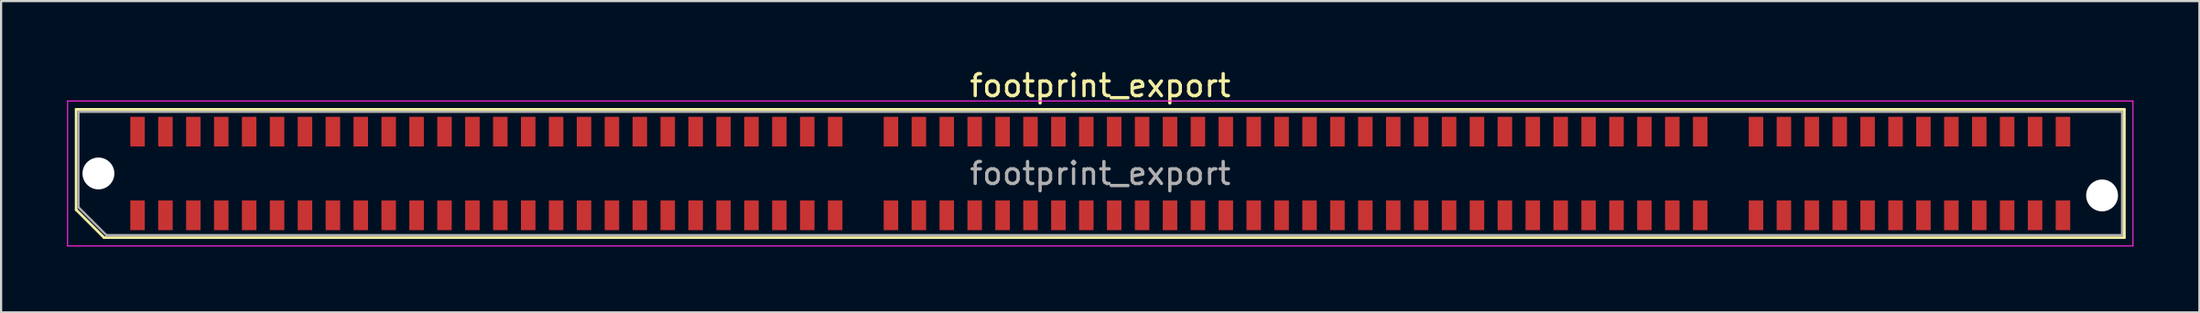
<source format=kicad_pcb>
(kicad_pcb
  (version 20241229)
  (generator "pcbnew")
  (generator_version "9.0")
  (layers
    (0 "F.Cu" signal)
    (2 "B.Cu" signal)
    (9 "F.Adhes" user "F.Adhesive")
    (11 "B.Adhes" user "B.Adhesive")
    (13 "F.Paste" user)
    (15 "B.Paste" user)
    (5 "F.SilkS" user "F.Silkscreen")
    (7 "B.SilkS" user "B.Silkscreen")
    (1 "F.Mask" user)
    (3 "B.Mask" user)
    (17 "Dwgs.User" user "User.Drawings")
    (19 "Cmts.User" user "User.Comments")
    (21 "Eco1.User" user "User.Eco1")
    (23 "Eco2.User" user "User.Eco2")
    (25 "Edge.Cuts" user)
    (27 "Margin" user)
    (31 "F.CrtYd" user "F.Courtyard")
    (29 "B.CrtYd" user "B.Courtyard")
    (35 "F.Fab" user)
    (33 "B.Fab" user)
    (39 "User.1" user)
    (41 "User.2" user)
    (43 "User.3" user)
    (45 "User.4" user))
  (footprint "footprint_export"
    (layer "F.Cu")
    (at 47.025 4.848)
    (property "Reference" "footprint_export" (at 0 -4 0) (layer "F.SilkS") (effects (font (size 1 1) (thickness 0.15))))
    (attr smd)
    (fp_line (start -46.61 -2.92) (end 46.61 -2.92) (stroke (width 0.12) (type solid)) (layer "F.SilkS"))
    (fp_line (start -46.61 1.65) (end -46.61 -2.92) (stroke (width 0.12) (type solid)) (layer "F.SilkS"))
    (fp_line (start -45.34 2.92) (end -46.61 1.65) (stroke (width 0.12) (type solid)) (layer "F.SilkS"))
    (fp_line (start -45.34 2.92) (end 46.61 2.92) (stroke (width 0.12) (type solid)) (layer "F.SilkS"))
    (fp_line (start 46.61 2.92) (end 46.61 -2.92) (stroke (width 0.12) (type solid)) (layer "F.SilkS"))
    (fp_line (start -47 -3.3) (end -47 3.3) (stroke (width 0.05) (type solid)) (layer "F.CrtYd"))
    (fp_line (start -47 3.3) (end 47 3.3) (stroke (width 0.05) (type solid)) (layer "F.CrtYd"))
    (fp_line (start 47 -3.3) (end -47 -3.3) (stroke (width 0.05) (type solid)) (layer "F.CrtYd"))
    (fp_line (start 47 3.3) (end 47 -3.3) (stroke (width 0.05) (type solid)) (layer "F.CrtYd"))
    (fp_line (start -46.505 -2.805) (end 46.505 -2.805) (stroke (width 0.1) (type solid)) (layer "F.Fab"))
    (fp_line (start -46.505 1.535) (end -46.505 -2.805) (stroke (width 0.1) (type solid)) (layer "F.Fab"))
    (fp_line (start -46.505 1.535) (end -45.235 2.805) (stroke (width 0.1) (type solid)) (layer "F.Fab"))
    (fp_line (start -45.235 2.805) (end 46.505 2.805) (stroke (width 0.1) (type solid)) (layer "F.Fab"))
    (fp_line (start 46.505 2.805) (end 46.505 -2.805) (stroke (width 0.1) (type solid)) (layer "F.Fab"))
    (fp_text user "${REFERENCE}" (at 0 0 0) (layer "F.Fab") (effects (font (size 1 1) (thickness 0.15))))
    (pad "" np_thru_hole circle (at -45.595 0) (size 1.45 1.45) (drill 1.45) (layers "*.Cu" "*.Mask"))
    (pad "" np_thru_hole circle (at 45.595 1) (size 1.45 1.45) (drill 1.45) (layers "*.Cu" "*.Mask"))
    (pad "1" smd rect (at -43.815 1.905) (size 0.66 1.35) (layers "F.Cu" "F.Mask" "F.Paste"))
    (pad "2" smd rect (at -43.815 -1.905) (size 0.66 1.35) (layers "F.Cu" "F.Mask" "F.Paste"))
    (pad "3" smd rect (at -42.545 1.905) (size 0.66 1.35) (layers "F.Cu" "F.Mask" "F.Paste"))
    (pad "4" smd rect (at -42.545 -1.905) (size 0.66 1.35) (layers "F.Cu" "F.Mask" "F.Paste"))
    (pad "5" smd rect (at -41.275 1.905) (size 0.66 1.35) (layers "F.Cu" "F.Mask" "F.Paste"))
    (pad "6" smd rect (at -41.275 -1.905) (size 0.66 1.35) (layers "F.Cu" "F.Mask" "F.Paste"))
    (pad "7" smd rect (at -40.005 1.905) (size 0.66 1.35) (layers "F.Cu" "F.Mask" "F.Paste"))
    (pad "8" smd rect (at -40.005 -1.905) (size 0.66 1.35) (layers "F.Cu" "F.Mask" "F.Paste"))
    (pad "9" smd rect (at -38.735 1.905) (size 0.66 1.35) (layers "F.Cu" "F.Mask" "F.Paste"))
    (pad "10" smd rect (at -38.735 -1.905) (size 0.66 1.35) (layers "F.Cu" "F.Mask" "F.Paste"))
    (pad "11" smd rect (at -37.465 1.905) (size 0.66 1.35) (layers "F.Cu" "F.Mask" "F.Paste"))
    (pad "12" smd rect (at -37.465 -1.905) (size 0.66 1.35) (layers "F.Cu" "F.Mask" "F.Paste"))
    (pad "13" smd rect (at -36.195 1.905) (size 0.66 1.35) (layers "F.Cu" "F.Mask" "F.Paste"))
    (pad "14" smd rect (at -36.195 -1.905) (size 0.66 1.35) (layers "F.Cu" "F.Mask" "F.Paste"))
    (pad "15" smd rect (at -34.925 1.905) (size 0.66 1.35) (layers "F.Cu" "F.Mask" "F.Paste"))
    (pad "16" smd rect (at -34.925 -1.905) (size 0.66 1.35) (layers "F.Cu" "F.Mask" "F.Paste"))
    (pad "17" smd rect (at -33.655 1.905) (size 0.66 1.35) (layers "F.Cu" "F.Mask" "F.Paste"))
    (pad "18" smd rect (at -33.655 -1.905) (size 0.66 1.35) (layers "F.Cu" "F.Mask" "F.Paste"))
    (pad "19" smd rect (at -32.385 1.905) (size 0.66 1.35) (layers "F.Cu" "F.Mask" "F.Paste"))
    (pad "20" smd rect (at -32.385 -1.905) (size 0.66 1.35) (layers "F.Cu" "F.Mask" "F.Paste"))
    (pad "21" smd rect (at -31.115 1.905) (size 0.66 1.35) (layers "F.Cu" "F.Mask" "F.Paste"))
    (pad "22" smd rect (at -31.115 -1.905) (size 0.66 1.35) (layers "F.Cu" "F.Mask" "F.Paste"))
    (pad "23" smd rect (at -29.845 1.905) (size 0.66 1.35) (layers "F.Cu" "F.Mask" "F.Paste"))
    (pad "24" smd rect (at -29.845 -1.905) (size 0.66 1.35) (layers "F.Cu" "F.Mask" "F.Paste"))
    (pad "25" smd rect (at -28.575 1.905) (size 0.66 1.35) (layers "F.Cu" "F.Mask" "F.Paste"))
    (pad "26" smd rect (at -28.575 -1.905) (size 0.66 1.35) (layers "F.Cu" "F.Mask" "F.Paste"))
    (pad "27" smd rect (at -27.305 1.905) (size 0.66 1.35) (layers "F.Cu" "F.Mask" "F.Paste"))
    (pad "28" smd rect (at -27.305 -1.905) (size 0.66 1.35) (layers "F.Cu" "F.Mask" "F.Paste"))
    (pad "29" smd rect (at -26.035 1.905) (size 0.66 1.35) (layers "F.Cu" "F.Mask" "F.Paste"))
    (pad "30" smd rect (at -26.035 -1.905) (size 0.66 1.35) (layers "F.Cu" "F.Mask" "F.Paste"))
    (pad "31" smd rect (at -24.765 1.905) (size 0.66 1.35) (layers "F.Cu" "F.Mask" "F.Paste"))
    (pad "32" smd rect (at -24.765 -1.905) (size 0.66 1.35) (layers "F.Cu" "F.Mask" "F.Paste"))
    (pad "33" smd rect (at -23.495 1.905) (size 0.66 1.35) (layers "F.Cu" "F.Mask" "F.Paste"))
    (pad "34" smd rect (at -23.495 -1.905) (size 0.66 1.35) (layers "F.Cu" "F.Mask" "F.Paste"))
    (pad "35" smd rect (at -22.225 1.905) (size 0.66 1.35) (layers "F.Cu" "F.Mask" "F.Paste"))
    (pad "36" smd rect (at -22.225 -1.905) (size 0.66 1.35) (layers "F.Cu" "F.Mask" "F.Paste"))
    (pad "37" smd rect (at -20.955 1.905) (size 0.66 1.35) (layers "F.Cu" "F.Mask" "F.Paste"))
    (pad "38" smd rect (at -20.955 -1.905) (size 0.66 1.35) (layers "F.Cu" "F.Mask" "F.Paste"))
    (pad "39" smd rect (at -19.685 1.905) (size 0.66 1.35) (layers "F.Cu" "F.Mask" "F.Paste"))
    (pad "40" smd rect (at -19.685 -1.905) (size 0.66 1.35) (layers "F.Cu" "F.Mask" "F.Paste"))
    (pad "41" smd rect (at -18.415 1.905) (size 0.66 1.35) (layers "F.Cu" "F.Mask" "F.Paste"))
    (pad "42" smd rect (at -18.415 -1.905) (size 0.66 1.35) (layers "F.Cu" "F.Mask" "F.Paste"))
    (pad "43" smd rect (at -17.145 1.905) (size 0.66 1.35) (layers "F.Cu" "F.Mask" "F.Paste"))
    (pad "44" smd rect (at -17.145 -1.905) (size 0.66 1.35) (layers "F.Cu" "F.Mask" "F.Paste"))
    (pad "45" smd rect (at -15.875 1.905) (size 0.66 1.35) (layers "F.Cu" "F.Mask" "F.Paste"))
    (pad "46" smd rect (at -15.875 -1.905) (size 0.66 1.35) (layers "F.Cu" "F.Mask" "F.Paste"))
    (pad "47" smd rect (at -14.605 1.905) (size 0.66 1.35) (layers "F.Cu" "F.Mask" "F.Paste"))
    (pad "48" smd rect (at -14.605 -1.905) (size 0.66 1.35) (layers "F.Cu" "F.Mask" "F.Paste"))
    (pad "49" smd rect (at -13.335 1.905) (size 0.66 1.35) (layers "F.Cu" "F.Mask" "F.Paste"))
    (pad "50" smd rect (at -13.335 -1.905) (size 0.66 1.35) (layers "F.Cu" "F.Mask" "F.Paste"))
    (pad "51" smd rect (at -12.065 1.905) (size 0.66 1.35) (layers "F.Cu" "F.Mask" "F.Paste"))
    (pad "52" smd rect (at -12.065 -1.905) (size 0.66 1.35) (layers "F.Cu" "F.Mask" "F.Paste"))
    (pad "55" smd rect (at -9.525 1.905) (size 0.66 1.35) (layers "F.Cu" "F.Mask" "F.Paste"))
    (pad "56" smd rect (at -9.525 -1.905) (size 0.66 1.35) (layers "F.Cu" "F.Mask" "F.Paste"))
    (pad "57" smd rect (at -8.255 1.905) (size 0.66 1.35) (layers "F.Cu" "F.Mask" "F.Paste"))
    (pad "58" smd rect (at -8.255 -1.905) (size 0.66 1.35) (layers "F.Cu" "F.Mask" "F.Paste"))
    (pad "59" smd rect (at -6.985 1.905) (size 0.66 1.35) (layers "F.Cu" "F.Mask" "F.Paste"))
    (pad "60" smd rect (at -6.985 -1.905) (size 0.66 1.35) (layers "F.Cu" "F.Mask" "F.Paste"))
    (pad "61" smd rect (at -5.715 1.905) (size 0.66 1.35) (layers "F.Cu" "F.Mask" "F.Paste"))
    (pad "62" smd rect (at -5.715 -1.905) (size 0.66 1.35) (layers "F.Cu" "F.Mask" "F.Paste"))
    (pad "63" smd rect (at -4.445 1.905) (size 0.66 1.35) (layers "F.Cu" "F.Mask" "F.Paste"))
    (pad "64" smd rect (at -4.445 -1.905) (size 0.66 1.35) (layers "F.Cu" "F.Mask" "F.Paste"))
    (pad "65" smd rect (at -3.175 1.905) (size 0.66 1.35) (layers "F.Cu" "F.Mask" "F.Paste"))
    (pad "66" smd rect (at -3.175 -1.905) (size 0.66 1.35) (layers "F.Cu" "F.Mask" "F.Paste"))
    (pad "67" smd rect (at -1.905 1.905) (size 0.66 1.35) (layers "F.Cu" "F.Mask" "F.Paste"))
    (pad "68" smd rect (at -1.905 -1.905) (size 0.66 1.35) (layers "F.Cu" "F.Mask" "F.Paste"))
    (pad "69" smd rect (at -0.635 1.905) (size 0.66 1.35) (layers "F.Cu" "F.Mask" "F.Paste"))
    (pad "70" smd rect (at -0.635 -1.905) (size 0.66 1.35) (layers "F.Cu" "F.Mask" "F.Paste"))
    (pad "71" smd rect (at 0.635 1.905) (size 0.66 1.35) (layers "F.Cu" "F.Mask" "F.Paste"))
    (pad "72" smd rect (at 0.635 -1.905) (size 0.66 1.35) (layers "F.Cu" "F.Mask" "F.Paste"))
    (pad "73" smd rect (at 1.905 1.905) (size 0.66 1.35) (layers "F.Cu" "F.Mask" "F.Paste"))
    (pad "74" smd rect (at 1.905 -1.905) (size 0.66 1.35) (layers "F.Cu" "F.Mask" "F.Paste"))
    (pad "75" smd rect (at 3.175 1.905) (size 0.66 1.35) (layers "F.Cu" "F.Mask" "F.Paste"))
    (pad "76" smd rect (at 3.175 -1.905) (size 0.66 1.35) (layers "F.Cu" "F.Mask" "F.Paste"))
    (pad "77" smd rect (at 4.445 1.905) (size 0.66 1.35) (layers "F.Cu" "F.Mask" "F.Paste"))
    (pad "78" smd rect (at 4.445 -1.905) (size 0.66 1.35) (layers "F.Cu" "F.Mask" "F.Paste"))
    (pad "79" smd rect (at 5.715 1.905) (size 0.66 1.35) (layers "F.Cu" "F.Mask" "F.Paste"))
    (pad "80" smd rect (at 5.715 -1.905) (size 0.66 1.35) (layers "F.Cu" "F.Mask" "F.Paste"))
    (pad "81" smd rect (at 6.985 1.905) (size 0.66 1.35) (layers "F.Cu" "F.Mask" "F.Paste"))
    (pad "82" smd rect (at 6.985 -1.905) (size 0.66 1.35) (layers "F.Cu" "F.Mask" "F.Paste"))
    (pad "83" smd rect (at 8.255 1.905) (size 0.66 1.35) (layers "F.Cu" "F.Mask" "F.Paste"))
    (pad "84" smd rect (at 8.255 -1.905) (size 0.66 1.35) (layers "F.Cu" "F.Mask" "F.Paste"))
    (pad "85" smd rect (at 9.525 1.905) (size 0.66 1.35) (layers "F.Cu" "F.Mask" "F.Paste"))
    (pad "86" smd rect (at 9.525 -1.905) (size 0.66 1.35) (layers "F.Cu" "F.Mask" "F.Paste"))
    (pad "87" smd rect (at 10.795 1.905) (size 0.66 1.35) (layers "F.Cu" "F.Mask" "F.Paste"))
    (pad "88" smd rect (at 10.795 -1.905) (size 0.66 1.35) (layers "F.Cu" "F.Mask" "F.Paste"))
    (pad "89" smd rect (at 12.065 1.905) (size 0.66 1.35) (layers "F.Cu" "F.Mask" "F.Paste"))
    (pad "90" smd rect (at 12.065 -1.905) (size 0.66 1.35) (layers "F.Cu" "F.Mask" "F.Paste"))
    (pad "91" smd rect (at 13.335 1.905) (size 0.66 1.35) (layers "F.Cu" "F.Mask" "F.Paste"))
    (pad "92" smd rect (at 13.335 -1.905) (size 0.66 1.35) (layers "F.Cu" "F.Mask" "F.Paste"))
    (pad "93" smd rect (at 14.605 1.905) (size 0.66 1.35) (layers "F.Cu" "F.Mask" "F.Paste"))
    (pad "94" smd rect (at 14.605 -1.905) (size 0.66 1.35) (layers "F.Cu" "F.Mask" "F.Paste"))
    (pad "95" smd rect (at 15.875 1.905) (size 0.66 1.35) (layers "F.Cu" "F.Mask" "F.Paste"))
    (pad "96" smd rect (at 15.875 -1.905) (size 0.66 1.35) (layers "F.Cu" "F.Mask" "F.Paste"))
    (pad "97" smd rect (at 17.145 1.905) (size 0.66 1.35) (layers "F.Cu" "F.Mask" "F.Paste"))
    (pad "98" smd rect (at 17.145 -1.905) (size 0.66 1.35) (layers "F.Cu" "F.Mask" "F.Paste"))
    (pad "99" smd rect (at 18.415 1.905) (size 0.66 1.35) (layers "F.Cu" "F.Mask" "F.Paste"))
    (pad "100" smd rect (at 18.415 -1.905) (size 0.66 1.35) (layers "F.Cu" "F.Mask" "F.Paste"))
    (pad "101" smd rect (at 19.685 1.905) (size 0.66 1.35) (layers "F.Cu" "F.Mask" "F.Paste"))
    (pad "102" smd rect (at 19.685 -1.905) (size 0.66 1.35) (layers "F.Cu" "F.Mask" "F.Paste"))
    (pad "103" smd rect (at 20.955 1.905) (size 0.66 1.35) (layers "F.Cu" "F.Mask" "F.Paste"))
    (pad "104" smd rect (at 20.955 -1.905) (size 0.66 1.35) (layers "F.Cu" "F.Mask" "F.Paste"))
    (pad "105" smd rect (at 22.225 1.905) (size 0.66 1.35) (layers "F.Cu" "F.Mask" "F.Paste"))
    (pad "106" smd rect (at 22.225 -1.905) (size 0.66 1.35) (layers "F.Cu" "F.Mask" "F.Paste"))
    (pad "107" smd rect (at 23.495 1.905) (size 0.66 1.35) (layers "F.Cu" "F.Mask" "F.Paste"))
    (pad "108" smd rect (at 23.495 -1.905) (size 0.66 1.35) (layers "F.Cu" "F.Mask" "F.Paste"))
    (pad "109" smd rect (at 24.765 1.905) (size 0.66 1.35) (layers "F.Cu" "F.Mask" "F.Paste"))
    (pad "110" smd rect (at 24.765 -1.905) (size 0.66 1.35) (layers "F.Cu" "F.Mask" "F.Paste"))
    (pad "111" smd rect (at 26.035 1.905) (size 0.66 1.35) (layers "F.Cu" "F.Mask" "F.Paste"))
    (pad "112" smd rect (at 26.035 -1.905) (size 0.66 1.35) (layers "F.Cu" "F.Mask" "F.Paste"))
    (pad "113" smd rect (at 27.305 1.905) (size 0.66 1.35) (layers "F.Cu" "F.Mask" "F.Paste"))
    (pad "114" smd rect (at 27.305 -1.905) (size 0.66 1.35) (layers "F.Cu" "F.Mask" "F.Paste"))
    (pad "117" smd rect (at 29.845 1.905) (size 0.66 1.35) (layers "F.Cu" "F.Mask" "F.Paste"))
    (pad "118" smd rect (at 29.845 -1.905) (size 0.66 1.35) (layers "F.Cu" "F.Mask" "F.Paste"))
    (pad "119" smd rect (at 31.115 1.905) (size 0.66 1.35) (layers "F.Cu" "F.Mask" "F.Paste"))
    (pad "120" smd rect (at 31.115 -1.905) (size 0.66 1.35) (layers "F.Cu" "F.Mask" "F.Paste"))
    (pad "121" smd rect (at 32.385 1.905) (size 0.66 1.35) (layers "F.Cu" "F.Mask" "F.Paste"))
    (pad "122" smd rect (at 32.385 -1.905) (size 0.66 1.35) (layers "F.Cu" "F.Mask" "F.Paste"))
    (pad "123" smd rect (at 33.655 1.905) (size 0.66 1.35) (layers "F.Cu" "F.Mask" "F.Paste"))
    (pad "124" smd rect (at 33.655 -1.905) (size 0.66 1.35) (layers "F.Cu" "F.Mask" "F.Paste"))
    (pad "125" smd rect (at 34.925 1.905) (size 0.66 1.35) (layers "F.Cu" "F.Mask" "F.Paste"))
    (pad "126" smd rect (at 34.925 -1.905) (size 0.66 1.35) (layers "F.Cu" "F.Mask" "F.Paste"))
    (pad "127" smd rect (at 36.195 1.905) (size 0.66 1.35) (layers "F.Cu" "F.Mask" "F.Paste"))
    (pad "128" smd rect (at 36.195 -1.905) (size 0.66 1.35) (layers "F.Cu" "F.Mask" "F.Paste"))
    (pad "129" smd rect (at 37.465 1.905) (size 0.66 1.35) (layers "F.Cu" "F.Mask" "F.Paste"))
    (pad "130" smd rect (at 37.465 -1.905) (size 0.66 1.35) (layers "F.Cu" "F.Mask" "F.Paste"))
    (pad "131" smd rect (at 38.735 1.905) (size 0.66 1.35) (layers "F.Cu" "F.Mask" "F.Paste"))
    (pad "132" smd rect (at 38.735 -1.905) (size 0.66 1.35) (layers "F.Cu" "F.Mask" "F.Paste"))
    (pad "133" smd rect (at 40.005 1.905) (size 0.66 1.35) (layers "F.Cu" "F.Mask" "F.Paste"))
    (pad "134" smd rect (at 40.005 -1.905) (size 0.66 1.35) (layers "F.Cu" "F.Mask" "F.Paste"))
    (pad "135" smd rect (at 41.275 1.905) (size 0.66 1.35) (layers "F.Cu" "F.Mask" "F.Paste"))
    (pad "136" smd rect (at 41.275 -1.905) (size 0.66 1.35) (layers "F.Cu" "F.Mask" "F.Paste"))
    (pad "137" smd rect (at 42.545 1.905) (size 0.66 1.35) (layers "F.Cu" "F.Mask" "F.Paste"))
    (pad "138" smd rect (at 42.545 -1.905) (size 0.66 1.35) (layers "F.Cu" "F.Mask" "F.Paste"))
    (pad "139" smd rect (at 43.815 1.905) (size 0.66 1.35) (layers "F.Cu" "F.Mask" "F.Paste"))
    (pad "140" smd rect (at 43.815 -1.905) (size 0.66 1.35) (layers "F.Cu" "F.Mask" "F.Paste")))
  (gr_rect
    (start -3 -3)
    (end 97.05 11.173)
    (stroke (width 0.1) (type default))
    (fill no)
    (layer "Edge.Cuts")))
</source>
